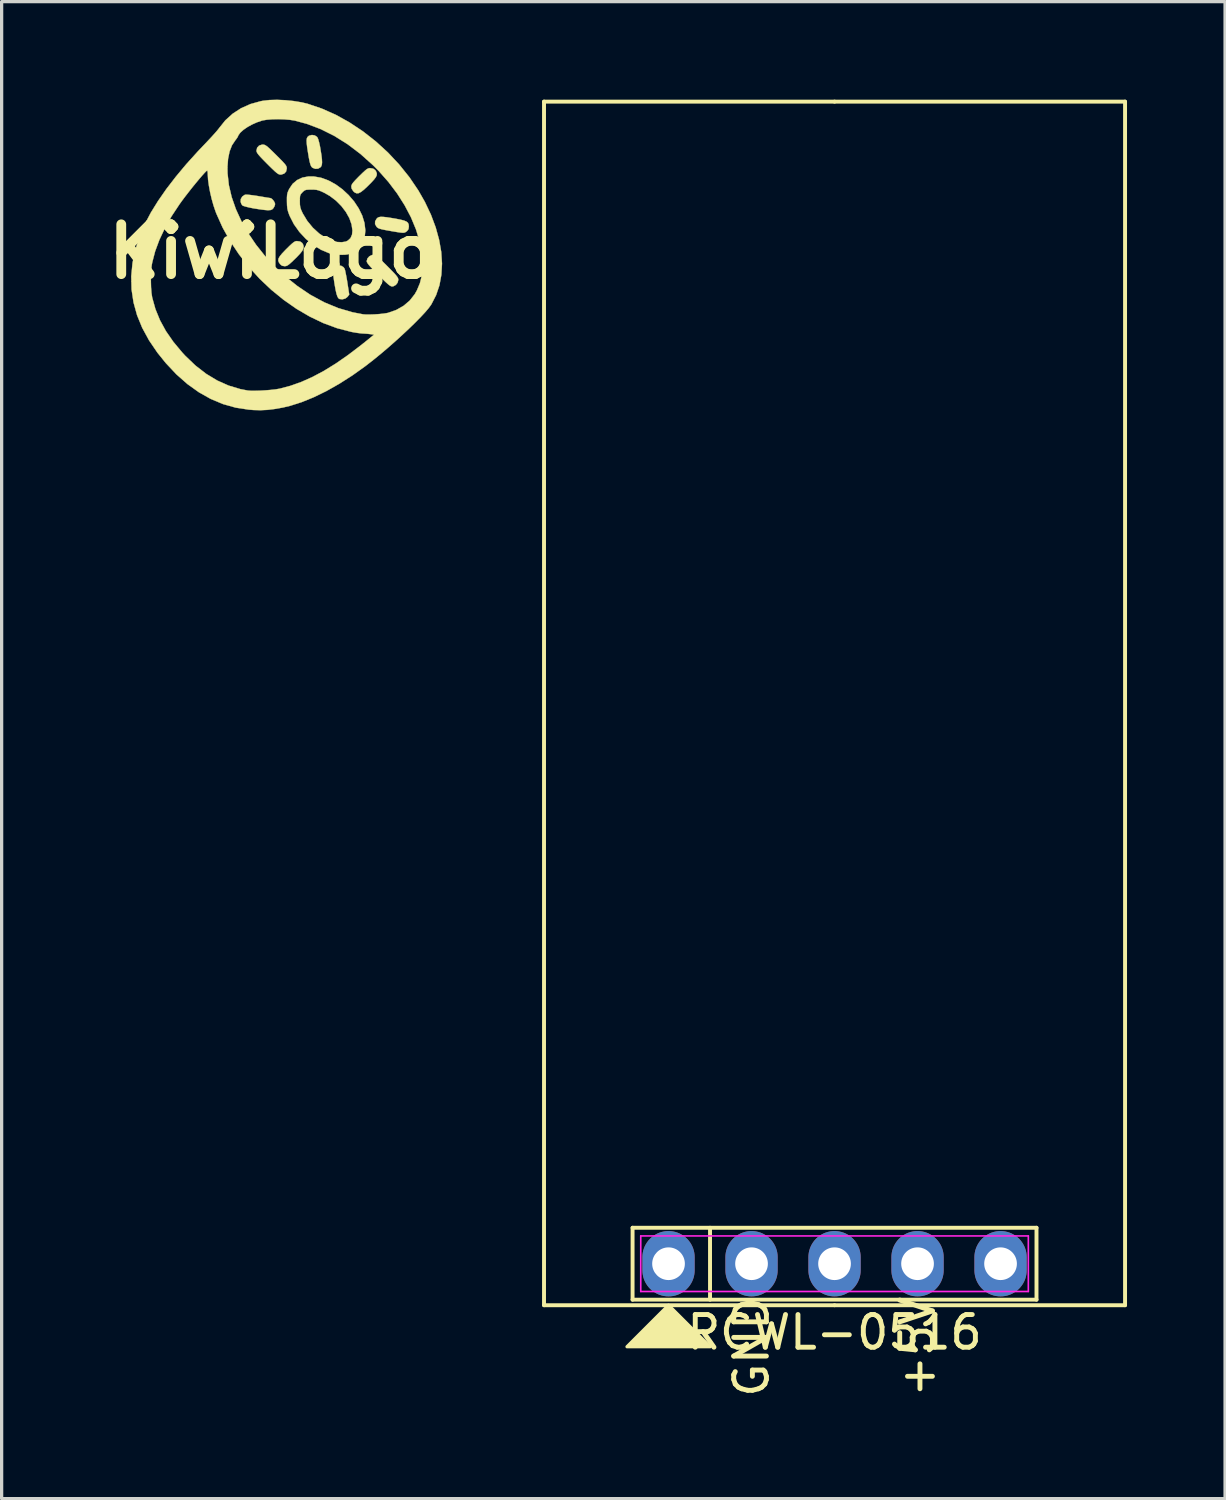
<source format=kicad_pcb>
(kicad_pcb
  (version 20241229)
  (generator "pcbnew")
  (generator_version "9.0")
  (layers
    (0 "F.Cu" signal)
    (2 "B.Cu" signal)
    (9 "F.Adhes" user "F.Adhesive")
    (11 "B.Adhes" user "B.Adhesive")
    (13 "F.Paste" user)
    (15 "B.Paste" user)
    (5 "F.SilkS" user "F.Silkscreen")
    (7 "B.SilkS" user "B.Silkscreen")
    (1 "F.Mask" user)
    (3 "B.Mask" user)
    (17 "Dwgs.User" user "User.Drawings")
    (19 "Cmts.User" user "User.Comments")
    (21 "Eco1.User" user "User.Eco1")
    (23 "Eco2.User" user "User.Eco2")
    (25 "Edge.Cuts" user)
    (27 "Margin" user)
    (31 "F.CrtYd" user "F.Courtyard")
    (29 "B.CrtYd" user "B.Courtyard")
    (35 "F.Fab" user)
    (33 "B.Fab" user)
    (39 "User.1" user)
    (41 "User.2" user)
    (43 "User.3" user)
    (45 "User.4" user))
  (footprint "KiwiLogo"
    (layer "F.Cu")
    (at 5.269 4.649)
    (property "Reference" "KiwiLogo" (at 0 0 0) (layer "F.SilkS") (effects (font (size 1.524 1.524) (thickness 0.3))))
    (attr through_hole)
    (fp_poly (pts (xy 2.123 0.435) (xy 2.193 0.477) (xy 2.224 0.521) (xy 2.239 0.567) (xy 2.257 0.652) (xy 2.279 0.764) (xy 2.302 0.894) (xy 2.31 0.948) (xy 2.367 1.314) (xy 2.316 1.383) (xy 2.249 1.435) (xy 2.161 1.46) (xy 2.073 1.451) (xy 2.064 1.447) (xy 2.032 1.422) (xy 2.004 1.37) (xy 1.977 1.288) (xy 1.95 1.169) (xy 1.921 1.007) (xy 1.91 0.937) (xy 1.889 0.794) (xy 1.875 0.692) (xy 1.869 0.622) (xy 1.87 0.574) (xy 1.878 0.541) (xy 1.892 0.514) (xy 1.895 0.509) (xy 1.958 0.451) (xy 2.039 0.426) (xy 2.123 0.435)) (stroke (width 0.01) (type solid)) (fill yes) (layer "F.SilkS"))
    (fp_poly (pts (xy 3.098 -2.54) (xy 3.164 -2.493) (xy 3.198 -2.434) (xy 3.212 -2.385) (xy 3.208 -2.335) (xy 3.181 -2.278) (xy 3.129 -2.208) (xy 3.047 -2.118) (xy 2.932 -2.003) (xy 2.818 -1.896) (xy 2.727 -1.825) (xy 2.655 -1.788) (xy 2.594 -1.783) (xy 2.538 -1.807) (xy 2.492 -1.847) (xy 2.44 -1.929) (xy 2.431 -1.987) (xy 2.436 -2.024) (xy 2.454 -2.065) (xy 2.491 -2.116) (xy 2.552 -2.184) (xy 2.642 -2.277) (xy 2.675 -2.31) (xy 2.777 -2.41) (xy 2.852 -2.479) (xy 2.907 -2.523) (xy 2.95 -2.546) (xy 2.987 -2.554) (xy 2.999 -2.555) (xy 3.098 -2.54)) (stroke (width 0.01) (type solid)) (fill yes) (layer "F.SilkS"))
    (fp_poly (pts (xy 0.867 -0.308) (xy 0.932 -0.261) (xy 0.962 -0.203) (xy 0.973 -0.147) (xy 0.963 -0.088) (xy 0.929 -0.022) (xy 0.866 0.059) (xy 0.77 0.161) (xy 0.701 0.229) (xy 0.605 0.321) (xy 0.535 0.383) (xy 0.483 0.421) (xy 0.44 0.44) (xy 0.4 0.446) (xy 0.389 0.446) (xy 0.311 0.433) (xy 0.252 0.384) (xy 0.25 0.381) (xy 0.211 0.323) (xy 0.195 0.268) (xy 0.205 0.21) (xy 0.244 0.142) (xy 0.313 0.057) (xy 0.418 -0.053) (xy 0.443 -0.078) (xy 0.544 -0.178) (xy 0.619 -0.247) (xy 0.674 -0.29) (xy 0.717 -0.314) (xy 0.755 -0.322) (xy 0.767 -0.322) (xy 0.867 -0.308)) (stroke (width 0.01) (type solid)) (fill yes) (layer "F.SilkS"))
    (fp_poly (pts (xy 1.314 -3.555) (xy 1.384 -3.507) (xy 1.392 -3.497) (xy 1.417 -3.443) (xy 1.444 -3.348) (xy 1.472 -3.222) (xy 1.487 -3.135) (xy 1.515 -2.962) (xy 1.531 -2.83) (xy 1.536 -2.732) (xy 1.53 -2.662) (xy 1.513 -2.612) (xy 1.488 -2.58) (xy 1.415 -2.538) (xy 1.328 -2.533) (xy 1.247 -2.564) (xy 1.221 -2.586) (xy 1.198 -2.62) (xy 1.177 -2.673) (xy 1.156 -2.753) (xy 1.133 -2.867) (xy 1.107 -3.022) (xy 1.107 -3.023) (xy 1.081 -3.189) (xy 1.067 -3.313) (xy 1.063 -3.402) (xy 1.071 -3.465) (xy 1.091 -3.507) (xy 1.124 -3.537) (xy 1.141 -3.547) (xy 1.227 -3.569) (xy 1.314 -3.555)) (stroke (width 0.01) (type solid)) (fill yes) (layer "F.SilkS"))
    (fp_poly (pts (xy 3.137 0.103) (xy 3.172 0.117) (xy 3.216 0.146) (xy 3.274 0.195) (xy 3.352 0.268) (xy 3.456 0.37) (xy 3.527 0.441) (xy 3.647 0.562) (xy 3.736 0.654) (xy 3.798 0.722) (xy 3.837 0.774) (xy 3.859 0.813) (xy 3.868 0.846) (xy 3.87 0.864) (xy 3.848 0.949) (xy 3.794 1.019) (xy 3.719 1.061) (xy 3.679 1.067) (xy 3.649 1.06) (xy 3.608 1.038) (xy 3.553 0.995) (xy 3.479 0.929) (xy 3.38 0.834) (xy 3.257 0.712) (xy 3.131 0.585) (xy 3.037 0.487) (xy 2.972 0.414) (xy 2.93 0.359) (xy 2.908 0.319) (xy 2.902 0.289) (xy 2.925 0.21) (xy 2.983 0.144) (xy 3.062 0.105) (xy 3.105 0.099) (xy 3.137 0.103)) (stroke (width 0.01) (type solid)) (fill yes) (layer "F.SilkS"))
    (fp_poly (pts (xy 3.41 -1.062) (xy 3.52 -1.05) (xy 3.668 -1.027) (xy 3.775 -1.009) (xy 3.929 -0.979) (xy 4.041 -0.951) (xy 4.116 -0.92) (xy 4.162 -0.883) (xy 4.185 -0.835) (xy 4.192 -0.773) (xy 4.192 -0.767) (xy 4.181 -0.689) (xy 4.14 -0.633) (xy 4.127 -0.622) (xy 4.097 -0.6) (xy 4.069 -0.585) (xy 4.034 -0.578) (xy 3.983 -0.578) (xy 3.91 -0.586) (xy 3.806 -0.602) (xy 3.664 -0.626) (xy 3.609 -0.636) (xy 3.468 -0.661) (xy 3.367 -0.682) (xy 3.297 -0.701) (xy 3.251 -0.721) (xy 3.219 -0.745) (xy 3.206 -0.758) (xy 3.158 -0.841) (xy 3.16 -0.925) (xy 3.202 -1.001) (xy 3.233 -1.033) (xy 3.274 -1.054) (xy 3.331 -1.064) (xy 3.41 -1.062)) (stroke (width 0.01) (type solid)) (fill yes) (layer "F.SilkS"))
    (fp_poly (pts (xy -0.677 -1.735) (xy -0.566 -1.721) (xy -0.439 -1.702) (xy -0.404 -1.696) (xy -0.279 -1.675) (xy -0.172 -1.657) (xy -0.091 -1.644) (xy -0.047 -1.638) (xy -0.042 -1.637) (xy -0.002 -1.617) (xy 0.044 -1.569) (xy 0.082 -1.51) (xy 0.099 -1.458) (xy 0.099 -1.456) (xy 0.084 -1.394) (xy 0.048 -1.33) (xy 0.009 -1.291) (xy -0.037 -1.272) (xy -0.109 -1.267) (xy -0.132 -1.267) (xy -0.208 -1.273) (xy -0.318 -1.286) (xy -0.445 -1.305) (xy -0.565 -1.324) (xy -0.684 -1.348) (xy -0.788 -1.373) (xy -0.865 -1.396) (xy -0.905 -1.415) (xy -0.905 -1.415) (xy -0.937 -1.466) (xy -0.956 -1.526) (xy -0.95 -1.609) (xy -0.907 -1.683) (xy -0.837 -1.733) (xy -0.808 -1.742) (xy -0.761 -1.742) (xy -0.677 -1.735)) (stroke (width 0.01) (type solid)) (fill yes) (layer "F.SilkS"))
    (fp_poly (pts (xy -0.245 -3.272) (xy -0.21 -3.26) (xy -0.17 -3.236) (xy -0.117 -3.194) (xy -0.046 -3.129) (xy 0.049 -3.037) (xy 0.133 -2.954) (xy 0.248 -2.839) (xy 0.332 -2.753) (xy 0.39 -2.689) (xy 0.427 -2.641) (xy 0.447 -2.603) (xy 0.455 -2.569) (xy 0.456 -2.541) (xy 0.435 -2.449) (xy 0.376 -2.386) (xy 0.286 -2.357) (xy 0.264 -2.356) (xy 0.231 -2.361) (xy 0.195 -2.376) (xy 0.149 -2.408) (xy 0.087 -2.461) (xy 0.005 -2.539) (xy -0.105 -2.647) (xy -0.143 -2.685) (xy -0.261 -2.805) (xy -0.348 -2.896) (xy -0.408 -2.964) (xy -0.445 -3.014) (xy -0.465 -3.053) (xy -0.471 -3.085) (xy -0.471 -3.09) (xy -0.45 -3.18) (xy -0.39 -3.244) (xy -0.302 -3.273) (xy -0.28 -3.274) (xy -0.245 -3.272)) (stroke (width 0.01) (type solid)) (fill yes) (layer "F.SilkS"))
    (fp_poly (pts (xy 1.278 -2.3) (xy 1.505 -2.26) (xy 1.731 -2.177) (xy 1.95 -2.058) (xy 2.158 -1.907) (xy 2.348 -1.73) (xy 2.517 -1.534) (xy 2.657 -1.322) (xy 2.765 -1.101) (xy 2.834 -0.877) (xy 2.86 -0.654) (xy 2.86 -0.644) (xy 2.841 -0.443) (xy 2.784 -0.273) (xy 2.688 -0.132) (xy 2.551 -0.019) (xy 2.476 0.023) (xy 2.393 0.062) (xy 2.323 0.084) (xy 2.246 0.095) (xy 2.143 0.098) (xy 2.111 0.098) (xy 1.948 0.089) (xy 1.806 0.065) (xy 1.761 0.052) (xy 1.508 -0.054) (xy 1.266 -0.203) (xy 1.042 -0.388) (xy 0.842 -0.602) (xy 0.674 -0.839) (xy 0.545 -1.092) (xy 0.53 -1.129) (xy 0.495 -1.228) (xy 0.474 -1.318) (xy 0.464 -1.419) (xy 0.461 -1.54) (xy 0.461 -1.542) (xy 0.856 -1.542) (xy 0.858 -1.438) (xy 0.869 -1.357) (xy 0.894 -1.28) (xy 0.937 -1.185) (xy 0.947 -1.165) (xy 1.083 -0.939) (xy 1.254 -0.731) (xy 1.451 -0.551) (xy 1.665 -0.408) (xy 1.705 -0.387) (xy 1.85 -0.328) (xy 1.999 -0.294) (xy 2.139 -0.287) (xy 2.259 -0.306) (xy 2.323 -0.335) (xy 2.407 -0.413) (xy 2.453 -0.517) (xy 2.466 -0.643) (xy 2.44 -0.83) (xy 2.372 -1.022) (xy 2.266 -1.212) (xy 2.128 -1.393) (xy 1.963 -1.559) (xy 1.776 -1.701) (xy 1.619 -1.792) (xy 1.514 -1.842) (xy 1.435 -1.873) (xy 1.365 -1.89) (xy 1.286 -1.897) (xy 1.212 -1.898) (xy 1.113 -1.896) (xy 1.048 -1.89) (xy 1.004 -1.873) (xy 0.964 -1.843) (xy 0.937 -1.816) (xy 0.896 -1.772) (xy 0.872 -1.733) (xy 0.86 -1.682) (xy 0.856 -1.605) (xy 0.856 -1.542) (xy 0.461 -1.542) (xy 0.461 -1.655) (xy 0.467 -1.738) (xy 0.481 -1.804) (xy 0.507 -1.868) (xy 0.534 -1.923) (xy 0.637 -2.075) (xy 0.772 -2.189) (xy 0.935 -2.265) (xy 1.124 -2.3) (xy 1.278 -2.3)) (stroke (width 0.01) (type solid)) (fill yes) (layer "F.SilkS"))
    (fp_poly (pts (xy 0.413 -4.633) (xy 0.668 -4.607) (xy 0.91 -4.567) (xy 1.091 -4.524) (xy 1.526 -4.377) (xy 1.957 -4.186) (xy 2.379 -3.951) (xy 2.788 -3.679) (xy 3.18 -3.372) (xy 3.55 -3.034) (xy 3.893 -2.668) (xy 4.206 -2.279) (xy 4.483 -1.87) (xy 4.68 -1.525) (xy 4.867 -1.131) (xy 5.013 -0.741) (xy 5.118 -0.36) (xy 5.183 0.01) (xy 5.206 0.367) (xy 5.187 0.708) (xy 5.128 1.03) (xy 5.026 1.331) (xy 4.883 1.609) (xy 4.868 1.633) (xy 4.793 1.735) (xy 4.683 1.864) (xy 4.543 2.014) (xy 4.378 2.181) (xy 4.193 2.361) (xy 3.992 2.549) (xy 3.78 2.742) (xy 3.562 2.934) (xy 3.342 3.121) (xy 3.125 3.298) (xy 2.916 3.462) (xy 2.859 3.506) (xy 2.463 3.789) (xy 2.065 4.043) (xy 1.671 4.266) (xy 1.286 4.454) (xy 0.913 4.606) (xy 0.558 4.719) (xy 0.335 4.772) (xy 0.086 4.816) (xy -0.135 4.843) (xy -0.343 4.853) (xy -0.557 4.848) (xy -0.707 4.836) (xy -1.105 4.775) (xy -1.493 4.666) (xy -1.869 4.509) (xy -2.233 4.304) (xy -2.584 4.053) (xy -2.922 3.755) (xy -3.245 3.411) (xy -3.503 3.091) (xy -3.759 2.714) (xy -3.967 2.332) (xy -4.125 1.946) (xy -4.233 1.555) (xy -4.293 1.158) (xy -4.299 0.905) (xy -3.702 0.905) (xy -3.697 1.092) (xy -3.684 1.262) (xy -3.663 1.4) (xy -3.661 1.41) (xy -3.563 1.76) (xy -3.424 2.099) (xy -3.243 2.431) (xy -3.016 2.759) (xy -2.743 3.087) (xy -2.65 3.188) (xy -2.337 3.487) (xy -2.012 3.739) (xy -1.673 3.944) (xy -1.323 4.1) (xy -0.96 4.209) (xy -0.732 4.252) (xy -0.638 4.259) (xy -0.509 4.259) (xy -0.356 4.255) (xy -0.194 4.245) (xy -0.034 4.232) (xy 0.11 4.216) (xy 0.224 4.197) (xy 0.236 4.195) (xy 0.568 4.107) (xy 0.903 3.988) (xy 1.243 3.836) (xy 1.593 3.65) (xy 1.954 3.427) (xy 2.332 3.165) (xy 2.729 2.863) (xy 2.897 2.729) (xy 3.125 2.542) (xy 3.02 2.526) (xy 2.926 2.515) (xy 2.822 2.508) (xy 2.794 2.507) (xy 2.717 2.501) (xy 2.609 2.487) (xy 2.488 2.467) (xy 2.422 2.454) (xy 1.998 2.344) (xy 1.576 2.188) (xy 1.159 1.988) (xy 0.752 1.75) (xy 0.359 1.475) (xy -0.018 1.168) (xy -0.373 0.832) (xy -0.703 0.47) (xy -1.005 0.086) (xy -1.274 -0.317) (xy -1.507 -0.736) (xy -1.7 -1.167) (xy -1.725 -1.233) (xy -1.786 -1.413) (xy -1.842 -1.613) (xy -1.89 -1.819) (xy -1.927 -2.019) (xy -1.952 -2.199) (xy -1.96 -2.338) (xy -1.963 -2.414) (xy -1.971 -2.466) (xy -1.98 -2.48) (xy -2.007 -2.462) (xy -2.059 -2.409) (xy -2.132 -2.328) (xy -2.22 -2.225) (xy -2.32 -2.105) (xy -2.427 -1.974) (xy -2.535 -1.837) (xy -2.641 -1.701) (xy -2.739 -1.571) (xy -2.822 -1.456) (xy -3.066 -1.087) (xy -3.273 -0.719) (xy -3.443 -0.358) (xy -3.572 -0.009) (xy -3.659 0.325) (xy -3.673 0.397) (xy -3.691 0.542) (xy -3.7 0.717) (xy -3.702 0.905) (xy -4.299 0.905) (xy -4.303 0.756) (xy -4.264 0.348) (xy -4.175 -0.067) (xy -4.038 -0.487) (xy -3.874 -0.868) (xy -3.7 -1.198) (xy -3.484 -1.547) (xy -3.23 -1.913) (xy -2.939 -2.291) (xy -2.695 -2.584) (xy -1.359 -2.584) (xy -1.356 -2.394) (xy -1.316 -2.035) (xy -1.23 -1.669) (xy -1.101 -1.299) (xy -0.932 -0.93) (xy -0.725 -0.566) (xy -0.484 -0.21) (xy -0.21 0.134) (xy 0.093 0.461) (xy 0.423 0.768) (xy 0.776 1.05) (xy 1.152 1.305) (xy 1.191 1.329) (xy 1.603 1.552) (xy 2.028 1.728) (xy 2.464 1.856) (xy 2.791 1.919) (xy 2.879 1.926) (xy 3.002 1.926) (xy 3.143 1.921) (xy 3.288 1.911) (xy 3.421 1.897) (xy 3.527 1.88) (xy 3.559 1.873) (xy 3.812 1.783) (xy 4.033 1.657) (xy 4.221 1.496) (xy 4.373 1.302) (xy 4.441 1.181) (xy 4.53 0.968) (xy 4.585 0.749) (xy 4.611 0.509) (xy 4.613 0.394) (xy 4.59 0.045) (xy 4.522 -0.314) (xy 4.41 -0.68) (xy 4.257 -1.049) (xy 4.064 -1.416) (xy 3.834 -1.778) (xy 3.568 -2.13) (xy 3.268 -2.47) (xy 3.096 -2.643) (xy 2.712 -2.987) (xy 2.316 -3.287) (xy 1.91 -3.541) (xy 1.496 -3.748) (xy 1.075 -3.908) (xy 0.703 -4.008) (xy 0.554 -4.032) (xy 0.38 -4.047) (xy 0.195 -4.053) (xy 0.013 -4.049) (xy -0.151 -4.036) (xy -0.282 -4.014) (xy -0.295 -4.011) (xy -0.45 -3.959) (xy -0.603 -3.891) (xy -0.745 -3.813) (xy -0.868 -3.728) (xy -0.963 -3.643) (xy -1.022 -3.564) (xy -1.031 -3.54) (xy -1.058 -3.487) (xy -1.105 -3.422) (xy -1.122 -3.401) (xy -1.221 -3.252) (xy -1.294 -3.065) (xy -1.34 -2.841) (xy -1.359 -2.584) (xy -2.695 -2.584) (xy -2.615 -2.679) (xy -2.26 -3.072) (xy -2.078 -3.263) (xy -1.961 -3.386) (xy -1.851 -3.504) (xy -1.754 -3.611) (xy -1.677 -3.699) (xy -1.627 -3.761) (xy -1.618 -3.774) (xy -1.424 -4.016) (xy -1.198 -4.221) (xy -0.941 -4.388) (xy -0.655 -4.515) (xy -0.341 -4.602) (xy -0.273 -4.615) (xy -0.071 -4.638) (xy 0.162 -4.644) (xy 0.413 -4.633)) (stroke (width 0.01) (type solid)) (fill yes) (layer "F.SilkS")))
  (footprint "RCWL-0516"
    (layer "F.Cu")
    (at 22.487 35.62)
    (property "Reference" "RCWL-0516" (at 0 2.1 0) (layer "F.SilkS") (effects (font (size 1 1) (thickness 0.15))))
    (attr through_hole)
    (fp_line (start -8.89 -35.56) (end -8.89 1.27) (stroke (width 0.12) (type solid)) (layer "F.SilkS"))
    (fp_line (start -8.89 1.27) (end 0 1.27) (stroke (width 0.12) (type solid)) (layer "F.SilkS"))
    (fp_line (start -6.18 -1.1) (end 6.18 -1.1) (stroke (width 0.12) (type solid)) (layer "F.SilkS"))
    (fp_line (start -6.18 1.1) (end -6.18 -1.1) (stroke (width 0.12) (type solid)) (layer "F.SilkS"))
    (fp_line (start -3.81 -1.1) (end -3.81 1.1) (stroke (width 0.12) (type solid)) (layer "F.SilkS"))
    (fp_line (start 0 -35.56) (end -8.89 -35.56) (stroke (width 0.12) (type solid)) (layer "F.SilkS"))
    (fp_line (start 0 1.27) (end 8.89 1.27) (stroke (width 0.12) (type solid)) (layer "F.SilkS"))
    (fp_line (start 6.18 -1.1) (end 6.18 1.1) (stroke (width 0.12) (type solid)) (layer "F.SilkS"))
    (fp_line (start 6.18 1.1) (end -6.18 1.1) (stroke (width 0.12) (type solid)) (layer "F.SilkS"))
    (fp_line (start 8.89 -35.56) (end 0 -35.56) (stroke (width 0.12) (type solid)) (layer "F.SilkS"))
    (fp_line (start 8.89 1.27) (end 8.89 -35.56) (stroke (width 0.12) (type solid)) (layer "F.SilkS"))
    (fp_poly (pts (xy -3.81 2.54) (xy -6.35 2.54) (xy -5.08 1.27)) (stroke (width 0.1) (type solid)) (fill yes) (layer "F.SilkS"))
    (fp_line (start -5.93 -0.85) (end 5.93 -0.85) (stroke (width 0.05) (type solid)) (layer "F.CrtYd"))
    (fp_line (start -5.93 0.85) (end -5.93 -0.85) (stroke (width 0.05) (type solid)) (layer "F.CrtYd"))
    (fp_line (start 5.93 -0.85) (end 5.93 0.85) (stroke (width 0.05) (type solid)) (layer "F.CrtYd"))
    (fp_line (start 5.93 0.85) (end -5.93 0.85) (stroke (width 0.05) (type solid)) (layer "F.CrtYd"))
    (fp_text user "+5V" (at 2.54 2.54 90) (layer "F.SilkS") (effects (font (size 1 1) (thickness 0.15))))
    (fp_text user "GND" (at -2.54 2.54 90) (layer "F.SilkS") (effects (font (size 1 1) (thickness 0.15))))
    (pad "1" thru_hole oval (at -5.08 0) (size 1.6 2) (drill 1) (layers "*.Cu" "*.Mask"))
    (pad "2" thru_hole oval (at -2.54 0) (size 1.6 2) (drill 1) (layers "*.Cu" "*.Mask"))
    (pad "3" thru_hole oval (at 0 0) (size 1.6 2) (drill 1) (layers "*.Cu" "*.Mask"))
    (pad "4" thru_hole oval (at 2.54 0) (size 1.6 2) (drill 1) (layers "*.Cu" "*.Mask"))
    (pad "5" thru_hole oval (at 5.08 0) (size 1.6 2) (drill 1) (layers "*.Cu" "*.Mask")))
  (gr_rect
    (start -3 -3)
    (end 34.437 42.809)
    (stroke (width 0.1) (type default))
    (fill no)
    (layer "Edge.Cuts")))
</source>
